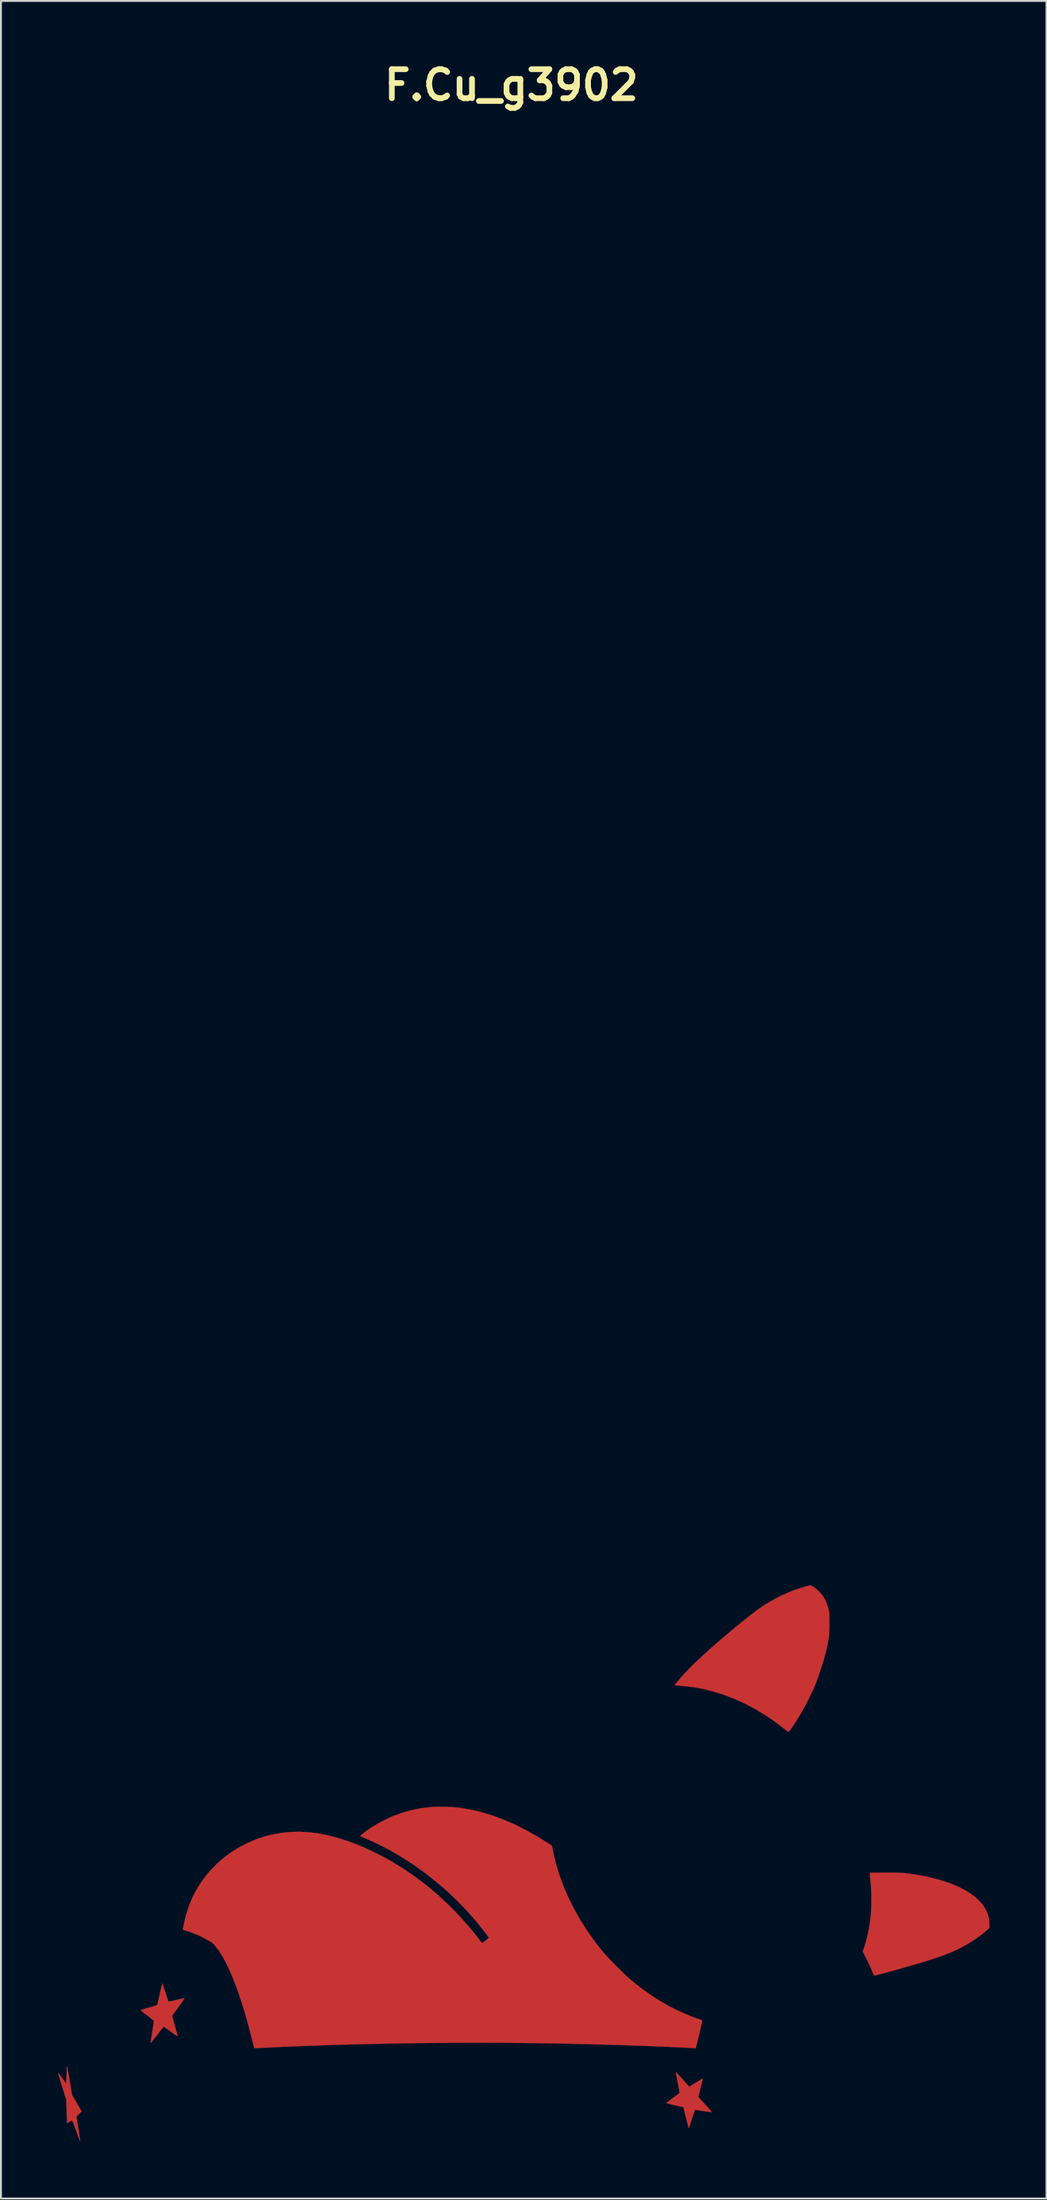
<source format=kicad_pcb>
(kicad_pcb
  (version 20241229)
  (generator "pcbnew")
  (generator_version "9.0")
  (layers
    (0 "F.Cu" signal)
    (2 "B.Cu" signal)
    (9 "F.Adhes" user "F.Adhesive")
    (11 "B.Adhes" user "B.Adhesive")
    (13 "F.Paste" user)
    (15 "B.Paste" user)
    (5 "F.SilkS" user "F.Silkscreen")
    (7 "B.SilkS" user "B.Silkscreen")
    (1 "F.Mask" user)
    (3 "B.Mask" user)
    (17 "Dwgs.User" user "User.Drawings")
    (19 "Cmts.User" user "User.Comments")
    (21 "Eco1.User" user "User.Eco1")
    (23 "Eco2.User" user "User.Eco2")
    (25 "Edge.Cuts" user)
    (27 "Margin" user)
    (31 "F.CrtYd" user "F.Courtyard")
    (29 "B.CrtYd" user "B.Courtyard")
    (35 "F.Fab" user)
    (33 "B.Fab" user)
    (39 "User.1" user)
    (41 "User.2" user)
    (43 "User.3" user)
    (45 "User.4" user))
  (footprint "F.Cu_g3902"
    (layer "F.Cu")
    (at 23.808 1.418)
    (property "Reference" "F.Cu_g3902" (at 0 0 0) (layer "F.SilkS") (effects (font (size 1.524 1.524) (thickness 0.3))))
    (attr through_hole)
    (fp_poly (pts (xy -23.329 104.062) (xy -23.317 104.122) (xy -23.3 104.214) (xy -23.278 104.333) (xy -23.253 104.475) (xy -23.226 104.635) (xy -23.199 104.794) (xy -23.075 105.538) (xy -22.822 105.969) (xy -22.569 106.4) (xy -22.844 106.675) (xy -22.74 107.323) (xy -22.714 107.483) (xy -22.692 107.628) (xy -22.673 107.754) (xy -22.659 107.856) (xy -22.65 107.929) (xy -22.647 107.967) (xy -22.648 107.971) (xy -22.658 107.952) (xy -22.681 107.899) (xy -22.713 107.817) (xy -22.752 107.712) (xy -22.796 107.59) (xy -22.817 107.532) (xy -22.866 107.396) (xy -22.914 107.266) (xy -22.957 107.15) (xy -22.992 107.057) (xy -23.018 106.993) (xy -23.023 106.981) (xy -23.048 106.925) (xy -23.07 106.894) (xy -23.097 106.887) (xy -23.138 106.903) (xy -23.201 106.942) (xy -23.247 106.972) (xy -23.296 107.002) (xy -23.329 107.017) (xy -23.335 107.016) (xy -23.337 106.994) (xy -23.341 106.935) (xy -23.344 106.844) (xy -23.349 106.727) (xy -23.353 106.589) (xy -23.357 106.436) (xy -23.358 106.405) (xy -23.372 105.802) (xy -23.574 105.156) (xy -23.635 104.96) (xy -23.684 104.801) (xy -23.724 104.675) (xy -23.754 104.578) (xy -23.775 104.506) (xy -23.79 104.456) (xy -23.799 104.423) (xy -23.803 104.405) (xy -23.803 104.396) (xy -23.8 104.394) (xy -23.796 104.394) (xy -23.795 104.394) (xy -23.778 104.41) (xy -23.741 104.455) (xy -23.689 104.523) (xy -23.626 104.609) (xy -23.579 104.672) (xy -23.379 104.95) (xy -23.366 104.624) (xy -23.361 104.498) (xy -23.356 104.374) (xy -23.353 104.265) (xy -23.35 104.183) (xy -23.35 104.163) (xy -23.347 104.096) (xy -23.341 104.051) (xy -23.335 104.039) (xy -23.329 104.062)) (stroke (width 0.01) (type solid)) (fill yes) (layer "F.Cu"))
    (fp_poly (pts (xy 19.66 93.865) (xy 19.879 93.865) (xy 20.062 93.866) (xy 20.215 93.868) (xy 20.344 93.871) (xy 20.456 93.876) (xy 20.556 93.882) (xy 20.65 93.89) (xy 20.746 93.9) (xy 20.848 93.913) (xy 20.849 93.913) (xy 21.353 93.987) (xy 21.833 94.079) (xy 22.287 94.187) (xy 22.713 94.311) (xy 23.109 94.45) (xy 23.473 94.603) (xy 23.803 94.77) (xy 24.097 94.95) (xy 24.354 95.141) (xy 24.492 95.265) (xy 24.639 95.415) (xy 24.757 95.556) (xy 24.855 95.7) (xy 24.94 95.857) (xy 24.955 95.89) (xy 25.029 96.068) (xy 25.075 96.236) (xy 25.099 96.411) (xy 25.103 96.553) (xy 25.104 96.765) (xy 25.014 96.852) (xy 24.853 96.995) (xy 24.661 97.147) (xy 24.444 97.303) (xy 24.209 97.459) (xy 23.964 97.61) (xy 23.717 97.75) (xy 23.551 97.836) (xy 23.392 97.914) (xy 23.231 97.988) (xy 23.063 98.061) (xy 22.885 98.133) (xy 22.693 98.206) (xy 22.485 98.281) (xy 22.257 98.358) (xy 22.005 98.44) (xy 21.725 98.527) (xy 21.416 98.62) (xy 21.072 98.722) (xy 20.691 98.832) (xy 20.67 98.838) (xy 20.514 98.882) (xy 20.346 98.929) (xy 20.17 98.978) (xy 19.992 99.027) (xy 19.816 99.075) (xy 19.646 99.121) (xy 19.489 99.163) (xy 19.349 99.2) (xy 19.231 99.231) (xy 19.139 99.254) (xy 19.079 99.268) (xy 19.057 99.272) (xy 19.043 99.253) (xy 19.018 99.202) (xy 18.984 99.128) (xy 18.947 99.036) (xy 18.946 99.033) (xy 18.906 98.938) (xy 18.852 98.815) (xy 18.788 98.676) (xy 18.72 98.533) (xy 18.653 98.398) (xy 18.453 98) (xy 18.506 97.856) (xy 18.549 97.73) (xy 18.597 97.574) (xy 18.645 97.399) (xy 18.692 97.216) (xy 18.734 97.036) (xy 18.763 96.901) (xy 18.835 96.463) (xy 18.884 95.998) (xy 18.908 95.515) (xy 18.907 95.023) (xy 18.882 94.531) (xy 18.848 94.178) (xy 18.837 94.072) (xy 18.829 93.982) (xy 18.826 93.915) (xy 18.827 93.88) (xy 18.828 93.877) (xy 18.852 93.874) (xy 18.913 93.871) (xy 19.007 93.869) (xy 19.13 93.867) (xy 19.276 93.866) (xy 19.441 93.865) (xy 19.621 93.865) (xy 19.66 93.865)) (stroke (width 0.01) (type solid)) (fill yes) (layer "F.Cu"))
    (fp_poly (pts (xy 8.662 104.363) (xy 8.699 104.396) (xy 8.754 104.453) (xy 8.831 104.537) (xy 8.932 104.648) (xy 9.005 104.731) (xy 9.342 105.11) (xy 9.566 104.971) (xy 9.711 104.881) (xy 9.824 104.811) (xy 9.91 104.759) (xy 9.971 104.723) (xy 10.012 104.701) (xy 10.037 104.689) (xy 10.05 104.687) (xy 10.054 104.691) (xy 10.054 104.694) (xy 10.049 104.721) (xy 10.035 104.783) (xy 10.013 104.872) (xy 9.985 104.985) (xy 9.952 105.112) (xy 9.938 105.168) (xy 9.904 105.3) (xy 9.874 105.418) (xy 9.849 105.516) (xy 9.831 105.589) (xy 9.822 105.629) (xy 9.822 105.635) (xy 9.835 105.655) (xy 9.874 105.702) (xy 9.934 105.77) (xy 10.011 105.857) (xy 10.102 105.957) (xy 10.182 106.045) (xy 10.28 106.151) (xy 10.365 106.248) (xy 10.436 106.329) (xy 10.487 106.392) (xy 10.517 106.431) (xy 10.522 106.443) (xy 10.495 106.442) (xy 10.434 106.435) (xy 10.343 106.423) (xy 10.231 106.406) (xy 10.104 106.387) (xy 10.076 106.382) (xy 9.947 106.362) (xy 9.833 106.345) (xy 9.741 106.332) (xy 9.676 106.324) (xy 9.645 106.322) (xy 9.643 106.323) (xy 9.635 106.344) (xy 9.615 106.4) (xy 9.587 106.485) (xy 9.55 106.593) (xy 9.509 106.718) (xy 9.483 106.796) (xy 9.439 106.929) (xy 9.4 107.047) (xy 9.367 107.146) (xy 9.342 107.219) (xy 9.327 107.261) (xy 9.324 107.269) (xy 9.31 107.262) (xy 9.308 107.258) (xy 9.3 107.234) (xy 9.284 107.174) (xy 9.261 107.084) (xy 9.232 106.97) (xy 9.198 106.838) (xy 9.167 106.711) (xy 9.035 106.181) (xy 8.583 106.077) (xy 8.452 106.046) (xy 8.337 106.018) (xy 8.243 105.993) (xy 8.176 105.974) (xy 8.143 105.961) (xy 8.14 105.958) (xy 8.159 105.942) (xy 8.207 105.904) (xy 8.279 105.85) (xy 8.368 105.783) (xy 8.471 105.707) (xy 8.489 105.695) (xy 8.593 105.618) (xy 8.685 105.549) (xy 8.759 105.493) (xy 8.811 105.454) (xy 8.835 105.434) (xy 8.836 105.433) (xy 8.834 105.41) (xy 8.825 105.351) (xy 8.809 105.261) (xy 8.789 105.147) (xy 8.764 105.015) (xy 8.74 104.891) (xy 8.712 104.748) (xy 8.687 104.618) (xy 8.665 104.509) (xy 8.649 104.425) (xy 8.639 104.373) (xy 8.636 104.357) (xy 8.642 104.35) (xy 8.662 104.363)) (stroke (width 0.01) (type solid)) (fill yes) (layer "F.Cu"))
    (fp_poly (pts (xy 15.844 78.847) (xy 15.966 78.932) (xy 16.095 79.043) (xy 16.22 79.166) (xy 16.327 79.291) (xy 16.375 79.358) (xy 16.462 79.504) (xy 16.537 79.664) (xy 16.603 79.848) (xy 16.647 79.999) (xy 16.664 80.065) (xy 16.678 80.123) (xy 16.688 80.181) (xy 16.695 80.246) (xy 16.699 80.324) (xy 16.702 80.423) (xy 16.704 80.549) (xy 16.705 80.709) (xy 16.705 80.737) (xy 16.704 80.987) (xy 16.696 81.207) (xy 16.682 81.408) (xy 16.658 81.603) (xy 16.625 81.803) (xy 16.58 82.02) (xy 16.541 82.19) (xy 16.487 82.4) (xy 16.422 82.632) (xy 16.349 82.879) (xy 16.269 83.131) (xy 16.186 83.382) (xy 16.102 83.622) (xy 16.02 83.845) (xy 15.942 84.042) (xy 15.878 84.19) (xy 15.824 84.309) (xy 15.761 84.442) (xy 15.694 84.582) (xy 15.626 84.722) (xy 15.56 84.854) (xy 15.502 84.97) (xy 15.453 85.064) (xy 15.419 85.128) (xy 15.416 85.132) (xy 15.372 85.21) (xy 15.323 85.297) (xy 15.303 85.333) (xy 15.249 85.43) (xy 15.182 85.545) (xy 15.106 85.671) (xy 15.024 85.803) (xy 14.939 85.937) (xy 14.855 86.067) (xy 14.775 86.188) (xy 14.703 86.294) (xy 14.642 86.381) (xy 14.596 86.442) (xy 14.567 86.473) (xy 14.565 86.475) (xy 14.543 86.466) (xy 14.495 86.435) (xy 14.427 86.385) (xy 14.344 86.322) (xy 14.302 86.288) (xy 13.818 85.919) (xy 13.316 85.579) (xy 12.798 85.269) (xy 12.269 84.991) (xy 11.731 84.746) (xy 11.188 84.535) (xy 10.643 84.361) (xy 10.099 84.223) (xy 9.559 84.124) (xy 9.133 84.073) (xy 9.014 84.063) (xy 8.894 84.052) (xy 8.788 84.042) (xy 8.714 84.035) (xy 8.57 84.021) (xy 8.741 83.814) (xy 8.925 83.599) (xy 9.126 83.377) (xy 9.348 83.145) (xy 9.591 82.903) (xy 9.858 82.647) (xy 10.15 82.376) (xy 10.47 82.089) (xy 10.82 81.784) (xy 11.2 81.458) (xy 11.587 81.133) (xy 11.879 80.891) (xy 12.143 80.674) (xy 12.383 80.482) (xy 12.602 80.31) (xy 12.803 80.157) (xy 12.99 80.019) (xy 13.168 79.896) (xy 13.338 79.784) (xy 13.504 79.681) (xy 13.671 79.584) (xy 13.841 79.49) (xy 14.019 79.399) (xy 14.15 79.333) (xy 14.584 79.136) (xy 15.002 78.976) (xy 15.406 78.853) (xy 15.519 78.824) (xy 15.723 78.775) (xy 15.844 78.847)) (stroke (width 0.01) (type solid)) (fill yes) (layer "F.Cu"))
    (fp_poly (pts (xy -18.318 99.713) (xy -18.297 99.772) (xy -18.267 99.859) (xy -18.231 99.969) (xy -18.191 100.095) (xy -18.17 100.161) (xy -18.128 100.293) (xy -18.089 100.411) (xy -18.056 100.51) (xy -18.031 100.583) (xy -18.016 100.625) (xy -18.012 100.633) (xy -17.988 100.633) (xy -17.93 100.624) (xy -17.843 100.608) (xy -17.735 100.585) (xy -17.612 100.556) (xy -17.598 100.553) (xy -17.473 100.523) (xy -17.362 100.498) (xy -17.271 100.478) (xy -17.206 100.465) (xy -17.176 100.462) (xy -17.175 100.462) (xy -17.181 100.48) (xy -17.209 100.527) (xy -17.256 100.599) (xy -17.319 100.692) (xy -17.396 100.802) (xy -17.483 100.923) (xy -17.485 100.925) (xy -17.818 101.382) (xy -17.684 101.872) (xy -17.646 102.012) (xy -17.61 102.14) (xy -17.58 102.25) (xy -17.556 102.336) (xy -17.54 102.391) (xy -17.536 102.407) (xy -17.531 102.43) (xy -17.536 102.44) (xy -17.555 102.437) (xy -17.591 102.419) (xy -17.648 102.383) (xy -17.729 102.327) (xy -17.839 102.249) (xy -17.917 102.193) (xy -18.02 102.12) (xy -18.112 102.056) (xy -18.187 102.006) (xy -18.238 101.972) (xy -18.262 101.96) (xy -18.262 101.96) (xy -18.28 101.976) (xy -18.319 102.021) (xy -18.377 102.092) (xy -18.449 102.182) (xy -18.532 102.289) (xy -18.604 102.383) (xy -18.693 102.499) (xy -18.773 102.602) (xy -18.84 102.689) (xy -18.892 102.755) (xy -18.925 102.796) (xy -18.936 102.806) (xy -18.943 102.789) (xy -18.944 102.776) (xy -18.941 102.748) (xy -18.932 102.683) (xy -18.918 102.589) (xy -18.899 102.471) (xy -18.878 102.336) (xy -18.86 102.22) (xy -18.836 102.075) (xy -18.816 101.943) (xy -18.798 101.829) (xy -18.785 101.74) (xy -18.777 101.682) (xy -18.775 101.663) (xy -18.791 101.64) (xy -18.836 101.598) (xy -18.906 101.538) (xy -18.994 101.467) (xy -19.096 101.387) (xy -19.123 101.366) (xy -19.228 101.287) (xy -19.32 101.215) (xy -19.394 101.156) (xy -19.446 101.114) (xy -19.471 101.092) (xy -19.472 101.09) (xy -19.453 101.08) (xy -19.399 101.062) (xy -19.316 101.035) (xy -19.21 101.003) (xy -19.086 100.966) (xy -19.035 100.952) (xy -18.891 100.91) (xy -18.782 100.878) (xy -18.704 100.854) (xy -18.651 100.834) (xy -18.617 100.817) (xy -18.598 100.8) (xy -18.588 100.782) (xy -18.582 100.764) (xy -18.574 100.726) (xy -18.557 100.653) (xy -18.535 100.552) (xy -18.508 100.429) (xy -18.478 100.291) (xy -18.456 100.187) (xy -18.424 100.047) (xy -18.396 99.923) (xy -18.37 99.82) (xy -18.349 99.743) (xy -18.335 99.698) (xy -18.329 99.689) (xy -18.318 99.713)) (stroke (width 0.01) (type solid)) (fill yes) (layer "F.Cu"))
    (fp_poly (pts (xy -3.456 90.41) (xy -3.239 90.418) (xy -3.033 90.429) (xy -2.852 90.443) (xy -2.752 90.455) (xy -2.174 90.549) (xy -1.593 90.684) (xy -1.009 90.86) (xy -0.421 91.076) (xy 0.172 91.334) (xy 0.77 91.633) (xy 1.374 91.973) (xy 1.894 92.297) (xy 2.127 92.448) (xy 2.197 92.79) (xy 2.335 93.375) (xy 2.514 93.965) (xy 2.73 94.556) (xy 2.983 95.145) (xy 3.271 95.728) (xy 3.591 96.301) (xy 3.943 96.862) (xy 4.324 97.407) (xy 4.732 97.932) (xy 4.825 98.044) (xy 4.932 98.166) (xy 5.063 98.31) (xy 5.214 98.469) (xy 5.378 98.638) (xy 5.549 98.811) (xy 5.722 98.982) (xy 5.89 99.145) (xy 6.048 99.294) (xy 6.19 99.424) (xy 6.311 99.528) (xy 6.318 99.535) (xy 6.805 99.921) (xy 7.289 100.27) (xy 7.778 100.585) (xy 8.276 100.87) (xy 8.647 101.06) (xy 8.822 101.143) (xy 9.015 101.229) (xy 9.218 101.316) (xy 9.419 101.398) (xy 9.608 101.471) (xy 9.775 101.532) (xy 9.853 101.558) (xy 9.928 101.583) (xy 9.987 101.606) (xy 10.019 101.622) (xy 10.02 101.623) (xy 10.02 101.647) (xy 10.01 101.709) (xy 9.992 101.803) (xy 9.965 101.927) (xy 9.931 102.077) (xy 9.89 102.247) (xy 9.862 102.364) (xy 9.685 103.087) (xy 9.451 103.073) (xy 8.974 103.047) (xy 8.457 103.022) (xy 7.905 102.997) (xy 7.32 102.974) (xy 6.707 102.951) (xy 6.068 102.929) (xy 5.407 102.908) (xy 4.727 102.889) (xy 4.032 102.871) (xy 3.324 102.855) (xy 2.608 102.84) (xy 1.886 102.826) (xy 1.163 102.815) (xy 0.441 102.805) (xy 0.423 102.805) (xy -0.398 102.797) (xy -1.25 102.793) (xy -2.126 102.793) (xy -3.023 102.796) (xy -3.935 102.803) (xy -4.856 102.814) (xy -5.783 102.828) (xy -6.709 102.845) (xy -7.63 102.865) (xy -8.54 102.889) (xy -9.435 102.915) (xy -10.31 102.944) (xy -11.159 102.977) (xy -11.978 103.011) (xy -12.761 103.049) (xy -12.996 103.061) (xy -13.155 103.069) (xy -13.277 103.075) (xy -13.367 103.079) (xy -13.43 103.08) (xy -13.471 103.078) (xy -13.495 103.074) (xy -13.507 103.068) (xy -13.513 103.059) (xy -13.514 103.055) (xy -13.521 103.028) (xy -13.537 102.966) (xy -13.56 102.874) (xy -13.589 102.757) (xy -13.623 102.621) (xy -13.66 102.472) (xy -13.663 102.46) (xy -13.801 101.922) (xy -13.944 101.406) (xy -14.092 100.912) (xy -14.243 100.442) (xy -14.397 99.999) (xy -14.554 99.584) (xy -14.711 99.199) (xy -14.87 98.845) (xy -15.028 98.524) (xy -15.186 98.239) (xy -15.342 97.991) (xy -15.496 97.782) (xy -15.621 97.64) (xy -15.685 97.577) (xy -15.739 97.527) (xy -15.777 97.498) (xy -15.788 97.494) (xy -15.817 97.483) (xy -15.87 97.455) (xy -15.937 97.415) (xy -15.945 97.41) (xy -16.088 97.327) (xy -16.259 97.239) (xy -16.448 97.152) (xy -16.641 97.07) (xy -16.827 96.999) (xy -16.896 96.976) (xy -17.003 96.941) (xy -17.096 96.913) (xy -17.169 96.892) (xy -17.212 96.881) (xy -17.219 96.88) (xy -17.237 96.875) (xy -17.246 96.859) (xy -17.248 96.824) (xy -17.241 96.765) (xy -17.225 96.677) (xy -17.2 96.555) (xy -17.196 96.536) (xy -17.077 96.05) (xy -16.927 95.592) (xy -16.745 95.158) (xy -16.529 94.744) (xy -16.278 94.347) (xy -15.988 93.963) (xy -15.77 93.708) (xy -15.439 93.372) (xy -15.077 93.06) (xy -14.687 92.776) (xy -14.273 92.522) (xy -13.839 92.299) (xy -13.389 92.11) (xy -12.928 91.957) (xy -12.519 91.856) (xy -12.058 91.776) (xy -11.595 91.73) (xy -11.127 91.719) (xy -10.652 91.743) (xy -10.168 91.802) (xy -9.672 91.896) (xy -9.162 92.027) (xy -8.635 92.193) (xy -8.09 92.395) (xy -8.087 92.397) (xy -7.889 92.479) (xy -7.664 92.579) (xy -7.421 92.692) (xy -7.17 92.813) (xy -6.92 92.937) (xy -6.68 93.062) (xy -6.46 93.18) (xy -6.339 93.248) (xy -5.691 93.644) (xy -5.056 94.078) (xy -4.439 94.548) (xy -3.842 95.052) (xy -3.267 95.587) (xy -2.718 96.15) (xy -2.198 96.74) (xy -1.97 97.017) (xy -1.881 97.129) (xy -1.797 97.236) (xy -1.723 97.33) (xy -1.664 97.406) (xy -1.625 97.458) (xy -1.619 97.467) (xy -1.58 97.518) (xy -1.548 97.55) (xy -1.537 97.557) (xy -1.508 97.545) (xy -1.458 97.513) (xy -1.396 97.468) (xy -1.329 97.416) (xy -1.267 97.364) (xy -1.216 97.318) (xy -1.187 97.285) (xy -1.182 97.273) (xy -1.376 97.018) (xy -1.552 96.791) (xy -1.717 96.585) (xy -1.875 96.392) (xy -2.034 96.207) (xy -2.198 96.021) (xy -2.357 95.845) (xy -2.871 95.313) (xy -3.414 94.801) (xy -3.985 94.313) (xy -4.578 93.851) (xy -5.189 93.417) (xy -5.815 93.016) (xy -6.451 92.65) (xy -7.094 92.321) (xy -7.482 92.143) (xy -7.603 92.09) (xy -7.712 92.043) (xy -7.803 92.003) (xy -7.869 91.975) (xy -7.904 91.96) (xy -7.906 91.96) (xy -7.926 91.949) (xy -7.925 91.932) (xy -7.898 91.902) (xy -7.853 91.861) (xy -7.705 91.742) (xy -7.526 91.612) (xy -7.325 91.478) (xy -7.109 91.345) (xy -6.888 91.219) (xy -6.71 91.124) (xy -6.239 90.906) (xy -5.759 90.728) (xy -5.268 90.589) (xy -4.762 90.487) (xy -4.236 90.422) (xy -4.234 90.422) (xy -4.075 90.412) (xy -3.886 90.407) (xy -3.676 90.407) (xy -3.456 90.41)) (stroke (width 0.01) (type solid)) (fill yes) (layer "F.Cu")))
  (gr_rect
    (start -3 -3)
    (end 51.916 112.394)
    (stroke (width 0.1) (type default))
    (fill no)
    (layer "Edge.Cuts")))
</source>
